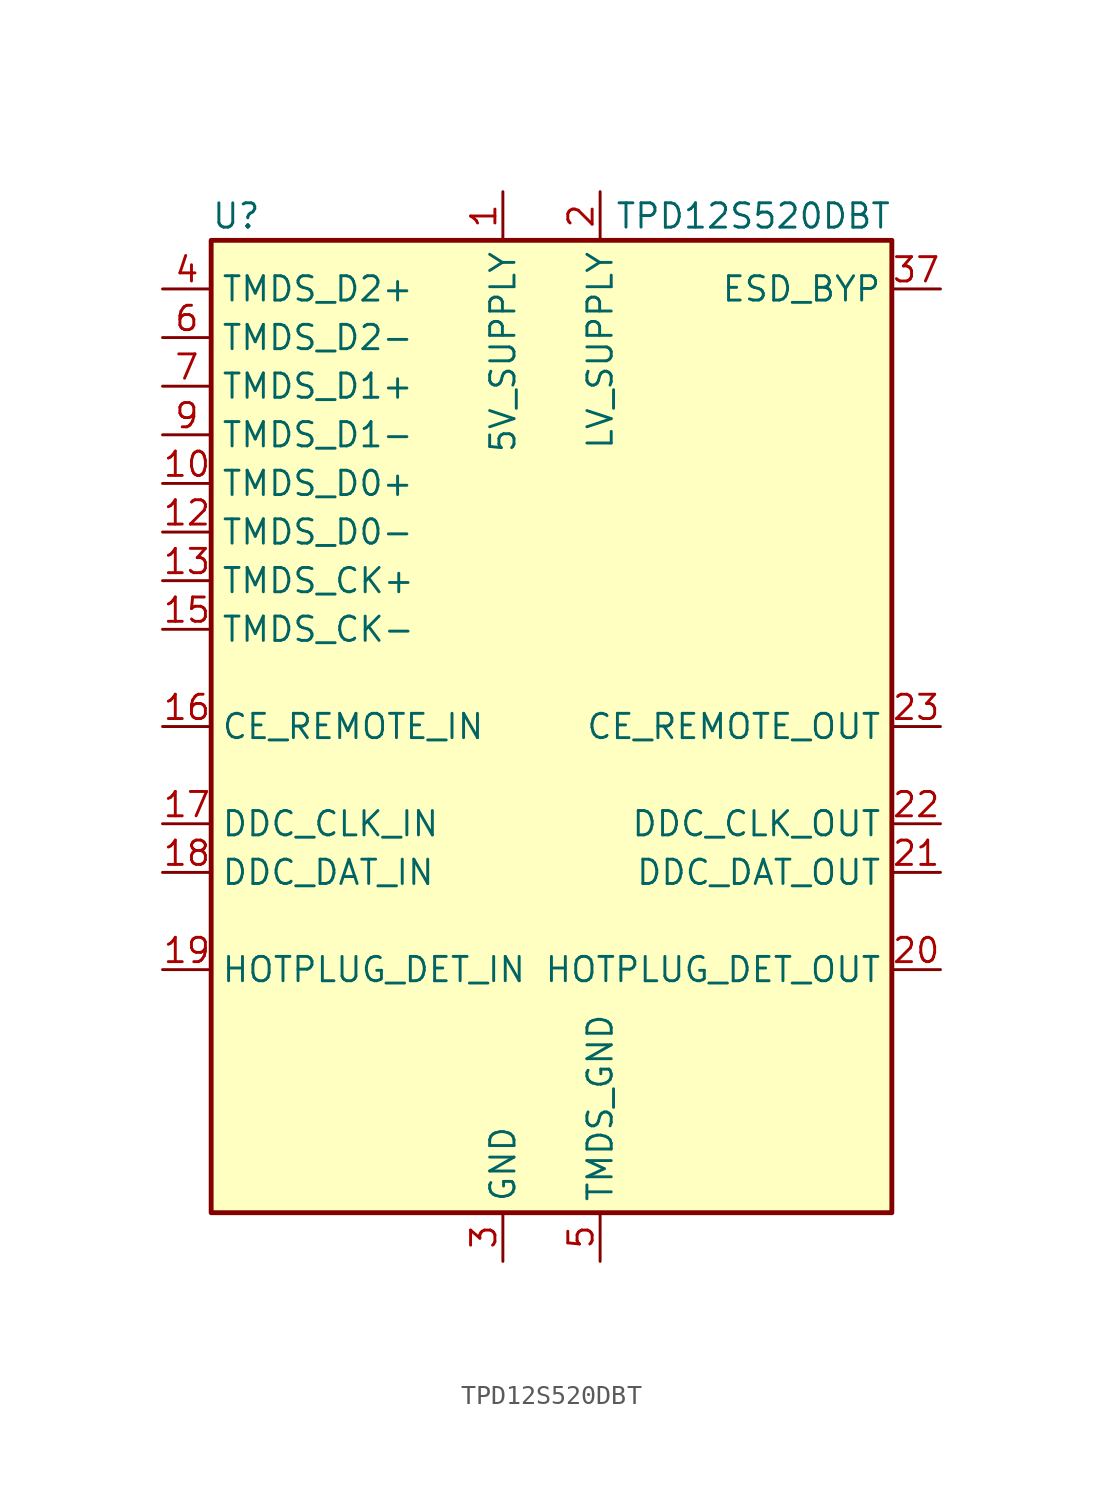
<source format=kicad_sym>
(kicad_symbol_lib
  (version 20211014)
  (generator kicad_symbol_editor)
  (symbol "TPD12S520DBT"
    (property "Reference" "U"
      (at -17.78 26.67 0)
      (effects (font (size 1.27 1.27)) (justify left)))
    (property "Value" "TPD12S520DBT"
      (at 17.78 26.67 0)
      (effects (font (size 1.27 1.27)) (justify right)))
    (symbol "TPD12S520DBT_0_1"
      (rectangle (start -17.78 25.4) (end 17.78 -25.4) (stroke (width 0.254) (type default) (color 0 0 0 0)) (fill (type background))))
    (symbol "TPD12S520DBT_1_1"
      (pin power_in line (at -2.54 27.94 270) (length 2.54) (name "5V_SUPPLY" (effects (font (size 1.27 1.27)))) (number "1" (effects (font (size 1.27 1.27)))))
      (pin passive line (at -20.32 12.7 0) (length 2.54) (name "TMDS_D0+" (effects (font (size 1.27 1.27)))) (number "10" (effects (font (size 1.27 1.27)))))
      (pin passive line (at 2.54 -27.94 90) (length 2.54) hide (name "TMDS_GND" (effects (font (size 1.27 1.27)))) (number "11" (effects (font (size 1.27 1.27)))))
      (pin passive line (at -20.32 10.16 0) (length 2.54) (name "TMDS_D0-" (effects (font (size 1.27 1.27)))) (number "12" (effects (font (size 1.27 1.27)))))
      (pin passive line (at -20.32 7.62 0) (length 2.54) (name "TMDS_CK+" (effects (font (size 1.27 1.27)))) (number "13" (effects (font (size 1.27 1.27)))))
      (pin passive line (at 2.54 -27.94 90) (length 2.54) hide (name "TMDS_GND" (effects (font (size 1.27 1.27)))) (number "14" (effects (font (size 1.27 1.27)))))
      (pin passive line (at -20.32 5.08 0) (length 2.54) (name "TMDS_CK-" (effects (font (size 1.27 1.27)))) (number "15" (effects (font (size 1.27 1.27)))))
      (pin bidirectional line (at -20.32 0 0) (length 2.54) (name "CE_REMOTE_IN" (effects (font (size 1.27 1.27)))) (number "16" (effects (font (size 1.27 1.27)))))
      (pin bidirectional line (at -20.32 -5.08 0) (length 2.54) (name "DDC_CLK_IN" (effects (font (size 1.27 1.27)))) (number "17" (effects (font (size 1.27 1.27)))))
      (pin bidirectional line (at -20.32 -7.62 0) (length 2.54) (name "DDC_DAT_IN" (effects (font (size 1.27 1.27)))) (number "18" (effects (font (size 1.27 1.27)))))
      (pin bidirectional line (at -20.32 -12.7 0) (length 2.54) (name "HOTPLUG_DET_IN" (effects (font (size 1.27 1.27)))) (number "19" (effects (font (size 1.27 1.27)))))
      (pin power_in line (at 2.54 27.94 270) (length 2.54) (name "LV_SUPPLY" (effects (font (size 1.27 1.27)))) (number "2" (effects (font (size 1.27 1.27)))))
      (pin bidirectional line (at 20.32 -12.7 180) (length 2.54) (name "HOTPLUG_DET_OUT" (effects (font (size 1.27 1.27)))) (number "20" (effects (font (size 1.27 1.27)))))
      (pin bidirectional line (at 20.32 -7.62 180) (length 2.54) (name "DDC_DAT_OUT" (effects (font (size 1.27 1.27)))) (number "21" (effects (font (size 1.27 1.27)))))
      (pin bidirectional line (at 20.32 -5.08 180) (length 2.54) (name "DDC_CLK_OUT" (effects (font (size 1.27 1.27)))) (number "22" (effects (font (size 1.27 1.27)))))
      (pin bidirectional line (at 20.32 0 180) (length 2.54) (name "CE_REMOTE_OUT" (effects (font (size 1.27 1.27)))) (number "23" (effects (font (size 1.27 1.27)))))
      (pin passive line (at -20.32 5.08 0) (length 2.54) hide (name "TMDS_CK-" (effects (font (size 1.27 1.27)))) (number "24" (effects (font (size 1.27 1.27)))))
      (pin passive line (at 2.54 -27.94 90) (length 2.54) hide (name "TMDS_GND" (effects (font (size 1.27 1.27)))) (number "25" (effects (font (size 1.27 1.27)))))
      (pin passive line (at -20.32 7.62 0) (length 2.54) hide (name "TMDS_CK+" (effects (font (size 1.27 1.27)))) (number "26" (effects (font (size 1.27 1.27)))))
      (pin passive line (at -20.32 10.16 0) (length 2.54) hide (name "TMDS_D0-" (effects (font (size 1.27 1.27)))) (number "27" (effects (font (size 1.27 1.27)))))
      (pin passive line (at 2.54 -27.94 90) (length 2.54) hide (name "TMDS_GND" (effects (font (size 1.27 1.27)))) (number "28" (effects (font (size 1.27 1.27)))))
      (pin passive line (at -20.32 12.7 0) (length 2.54) hide (name "TMDS_D0+" (effects (font (size 1.27 1.27)))) (number "29" (effects (font (size 1.27 1.27)))))
      (pin power_in line (at -2.54 -27.94 90) (length 2.54) (name "GND" (effects (font (size 1.27 1.27)))) (number "3" (effects (font (size 1.27 1.27)))))
      (pin passive line (at -20.32 15.24 0) (length 2.54) hide (name "TMDS_D1-" (effects (font (size 1.27 1.27)))) (number "30" (effects (font (size 1.27 1.27)))))
      (pin passive line (at 2.54 -27.94 90) (length 2.54) hide (name "TMDS_GND" (effects (font (size 1.27 1.27)))) (number "31" (effects (font (size 1.27 1.27)))))
      (pin passive line (at -20.32 17.78 0) (length 2.54) hide (name "TMDS_D1+" (effects (font (size 1.27 1.27)))) (number "32" (effects (font (size 1.27 1.27)))))
      (pin passive line (at -20.32 20.32 0) (length 2.54) hide (name "TMDS_D2-" (effects (font (size 1.27 1.27)))) (number "33" (effects (font (size 1.27 1.27)))))
      (pin passive line (at 2.54 -27.94 90) (length 2.54) hide (name "TMDS_GND" (effects (font (size 1.27 1.27)))) (number "34" (effects (font (size 1.27 1.27)))))
      (pin passive line (at -20.32 22.86 0) (length 2.54) hide (name "TMDS_D2+" (effects (font (size 1.27 1.27)))) (number "35" (effects (font (size 1.27 1.27)))))
      (pin passive line (at -2.54 -27.94 90) (length 2.54) hide (name "GND" (effects (font (size 1.27 1.27)))) (number "36" (effects (font (size 1.27 1.27)))))
      (pin passive line (at 20.32 22.86 180) (length 2.54) (name "ESD_BYP" (effects (font (size 1.27 1.27)))) (number "37" (effects (font (size 1.27 1.27)))))
      (pin no_connect line (at 17.78 20.32 180) (length 2.54) hide (name "NC" (effects (font (size 1.27 1.27)))) (number "38" (effects (font (size 1.27 1.27)))))
      (pin passive line (at -20.32 22.86 0) (length 2.54) (name "TMDS_D2+" (effects (font (size 1.27 1.27)))) (number "4" (effects (font (size 1.27 1.27)))))
      (pin passive line (at 2.54 -27.94 90) (length 2.54) (name "TMDS_GND" (effects (font (size 1.27 1.27)))) (number "5" (effects (font (size 1.27 1.27)))))
      (pin passive line (at -20.32 20.32 0) (length 2.54) (name "TMDS_D2-" (effects (font (size 1.27 1.27)))) (number "6" (effects (font (size 1.27 1.27)))))
      (pin passive line (at -20.32 17.78 0) (length 2.54) (name "TMDS_D1+" (effects (font (size 1.27 1.27)))) (number "7" (effects (font (size 1.27 1.27)))))
      (pin passive line (at 2.54 -27.94 90) (length 2.54) hide (name "TMDS_GND" (effects (font (size 1.27 1.27)))) (number "8" (effects (font (size 1.27 1.27)))))
      (pin passive line (at -20.32 15.24 0) (length 2.54) (name "TMDS_D1-" (effects (font (size 1.27 1.27)))) (number "9" (effects (font (size 1.27 1.27))))))))
</source>
